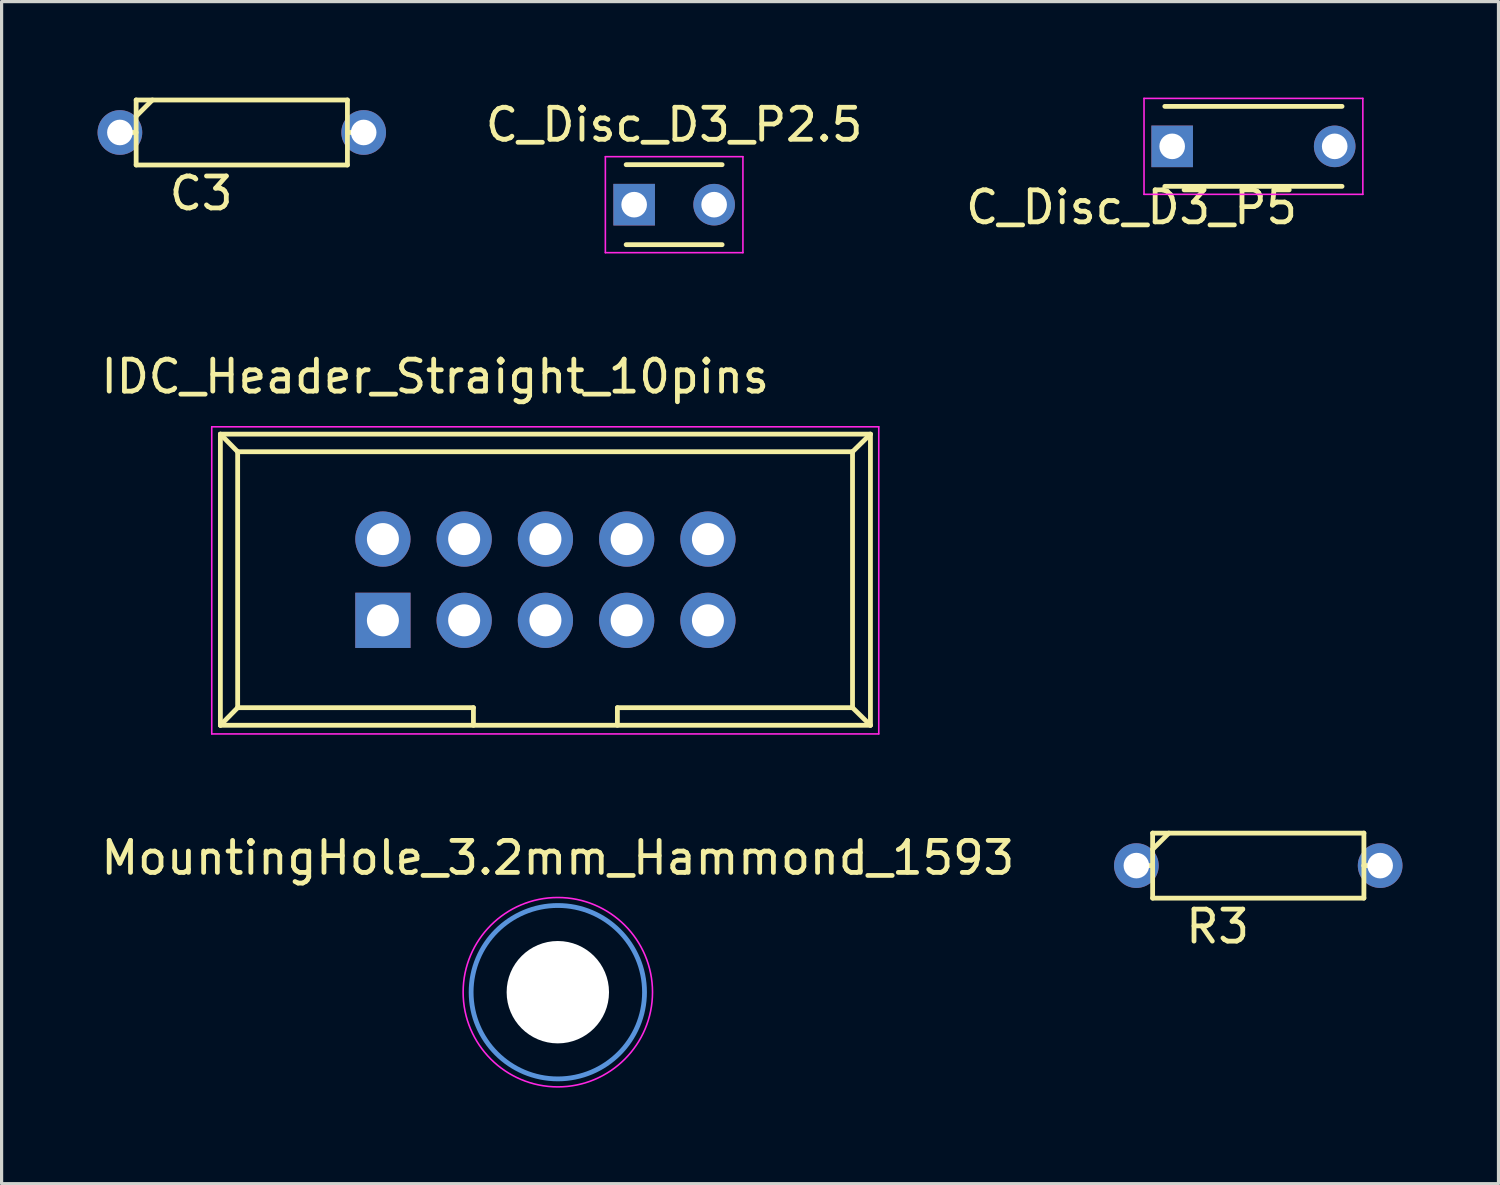
<source format=kicad_pcb>
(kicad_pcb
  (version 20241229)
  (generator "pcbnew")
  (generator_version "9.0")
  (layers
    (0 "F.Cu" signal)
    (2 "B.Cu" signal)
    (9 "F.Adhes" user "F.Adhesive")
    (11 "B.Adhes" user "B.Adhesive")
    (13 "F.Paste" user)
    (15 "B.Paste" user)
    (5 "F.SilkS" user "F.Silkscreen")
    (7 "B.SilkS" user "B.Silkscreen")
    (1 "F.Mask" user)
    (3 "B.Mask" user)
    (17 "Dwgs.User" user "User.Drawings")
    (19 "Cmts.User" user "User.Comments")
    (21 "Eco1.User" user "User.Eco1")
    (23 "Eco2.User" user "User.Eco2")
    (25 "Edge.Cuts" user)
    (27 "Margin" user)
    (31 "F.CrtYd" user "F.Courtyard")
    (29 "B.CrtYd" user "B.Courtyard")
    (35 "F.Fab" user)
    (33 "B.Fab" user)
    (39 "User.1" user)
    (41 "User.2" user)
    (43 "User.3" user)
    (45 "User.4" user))
  (footprint "R3"
    (layer "F.Cu")
    (at 36.282 24.008)
    (property "Reference" "R3" (at -1.27 1.905 0) (layer "F.SilkS") (effects (font (size 1 1) (thickness 0.15))))
    (attr through_hole)
    (fp_line (start -3.81 0) (end -3.302 0) (stroke (width 0.15) (type solid)) (layer "F.SilkS"))
    (fp_line (start -3.302 -1.016) (end -3.302 1.016) (stroke (width 0.15) (type solid)) (layer "F.SilkS"))
    (fp_line (start -3.302 -0.508) (end -2.794 -1.016) (stroke (width 0.15) (type solid)) (layer "F.SilkS"))
    (fp_line (start -3.302 1.016) (end 3.302 1.016) (stroke (width 0.15) (type solid)) (layer "F.SilkS"))
    (fp_line (start 3.302 -1.016) (end -3.302 -1.016) (stroke (width 0.15) (type solid)) (layer "F.SilkS"))
    (fp_line (start 3.302 0) (end 3.302 -1.016) (stroke (width 0.15) (type solid)) (layer "F.SilkS"))
    (fp_line (start 3.302 1.016) (end 3.302 0) (stroke (width 0.15) (type solid)) (layer "F.SilkS"))
    (fp_line (start 3.81 0) (end 3.302 0) (stroke (width 0.15) (type solid)) (layer "F.SilkS"))
    (pad "1" thru_hole circle (at -3.81 0) (size 1.397 1.397) (drill 0.8) (layers "*.Cu" "*.Mask"))
    (pad "2" thru_hole circle (at 3.81 0) (size 1.397 1.397) (drill 0.8) (layers "*.Cu" "*.Mask")))
  (footprint "C_Disc_D3_P2.5"
    (layer "F.Cu")
    (at 16.773 3.348)
    (property "Reference" "C_Disc_D3_P2.5" (at 1.25 -2.5 0) (layer "F.SilkS") (effects (font (size 1 1) (thickness 0.15))))
    (attr through_hole)
    (fp_line (start -0.25 -1.25) (end 2.75 -1.25) (stroke (width 0.15) (type solid)) (layer "F.SilkS"))
    (fp_line (start 2.75 1.25) (end -0.25 1.25) (stroke (width 0.15) (type solid)) (layer "F.SilkS"))
    (fp_line (start -0.9 -1.5) (end 3.4 -1.5) (stroke (width 0.05) (type solid)) (layer "F.CrtYd"))
    (fp_line (start -0.9 1.5) (end -0.9 -1.5) (stroke (width 0.05) (type solid)) (layer "F.CrtYd"))
    (fp_line (start 3.4 -1.5) (end 3.4 1.5) (stroke (width 0.05) (type solid)) (layer "F.CrtYd"))
    (fp_line (start 3.4 1.5) (end -0.9 1.5) (stroke (width 0.05) (type solid)) (layer "F.CrtYd"))
    (pad "1" thru_hole rect (at 0 0) (size 1.3 1.3) (drill 0.8) (layers "*.Cu" "*.Mask"))
    (pad "2" thru_hole circle (at 2.5 0) (size 1.3 1.3) (drill 0.8) (layers "*.Cu" "*.Mask")))
  (footprint "IDC_Header_Straight_10pins"
    (layer "F.Cu")
    (at 8.919 16.341)
    (property "Reference" "IDC_Header_Straight_10pins" (at 1.635 -7.62 0) (layer "F.SilkS") (effects (font (size 1 1) (thickness 0.15))))
    (attr through_hole)
    (fp_line (start -5.08 -5.82) (end -5.08 3.28) (stroke (width 0.15) (type solid)) (layer "F.SilkS"))
    (fp_line (start -5.08 -5.82) (end -4.54 -5.27) (stroke (width 0.15) (type solid)) (layer "F.SilkS"))
    (fp_line (start -5.08 -5.82) (end 15.24 -5.82) (stroke (width 0.15) (type solid)) (layer "F.SilkS"))
    (fp_line (start -5.08 3.28) (end -4.54 2.73) (stroke (width 0.15) (type solid)) (layer "F.SilkS"))
    (fp_line (start -5.08 3.28) (end 15.24 3.28) (stroke (width 0.15) (type solid)) (layer "F.SilkS"))
    (fp_line (start -4.54 -5.27) (end -4.54 2.73) (stroke (width 0.15) (type solid)) (layer "F.SilkS"))
    (fp_line (start -4.54 -5.27) (end 14.68 -5.27) (stroke (width 0.15) (type solid)) (layer "F.SilkS"))
    (fp_line (start -4.54 2.73) (end 2.83 2.73) (stroke (width 0.15) (type solid)) (layer "F.SilkS"))
    (fp_line (start 2.83 2.73) (end 2.83 3.28) (stroke (width 0.15) (type solid)) (layer "F.SilkS"))
    (fp_line (start 7.33 2.73) (end 7.33 3.28) (stroke (width 0.15) (type solid)) (layer "F.SilkS"))
    (fp_line (start 7.33 2.73) (end 14.68 2.73) (stroke (width 0.15) (type solid)) (layer "F.SilkS"))
    (fp_line (start 14.68 -5.27) (end 14.68 2.73) (stroke (width 0.15) (type solid)) (layer "F.SilkS"))
    (fp_line (start 15.24 -5.82) (end 14.68 -5.27) (stroke (width 0.15) (type solid)) (layer "F.SilkS"))
    (fp_line (start 15.24 -5.82) (end 15.24 3.28) (stroke (width 0.15) (type solid)) (layer "F.SilkS"))
    (fp_line (start 15.24 3.28) (end 14.68 2.73) (stroke (width 0.15) (type solid)) (layer "F.SilkS"))
    (fp_line (start -5.35 -6.05) (end 15.5 -6.05) (stroke (width 0.05) (type solid)) (layer "F.CrtYd"))
    (fp_line (start -5.35 3.55) (end -5.35 -6.05) (stroke (width 0.05) (type solid)) (layer "F.CrtYd"))
    (fp_line (start 15.5 -6.05) (end 15.5 3.55) (stroke (width 0.05) (type solid)) (layer "F.CrtYd"))
    (fp_line (start 15.5 3.55) (end -5.35 3.55) (stroke (width 0.05) (type solid)) (layer "F.CrtYd"))
    (pad "1" thru_hole rect (at 0 0) (size 1.727 1.727) (drill 1) (layers "*.Cu" "*.Mask"))
    (pad "2" thru_hole oval (at 0 -2.54) (size 1.727 1.727) (drill 1) (layers "*.Cu" "*.Mask"))
    (pad "3" thru_hole oval (at 2.54 0) (size 1.727 1.727) (drill 1) (layers "*.Cu" "*.Mask"))
    (pad "4" thru_hole oval (at 2.54 -2.54) (size 1.727 1.727) (drill 1) (layers "*.Cu" "*.Mask"))
    (pad "5" thru_hole oval (at 5.08 0) (size 1.727 1.727) (drill 1) (layers "*.Cu" "*.Mask"))
    (pad "6" thru_hole oval (at 5.08 -2.54) (size 1.727 1.727) (drill 1) (layers "*.Cu" "*.Mask"))
    (pad "7" thru_hole oval (at 7.62 0) (size 1.727 1.727) (drill 1) (layers "*.Cu" "*.Mask"))
    (pad "8" thru_hole oval (at 7.62 -2.54) (size 1.727 1.727) (drill 1) (layers "*.Cu" "*.Mask"))
    (pad "9" thru_hole oval (at 10.16 0) (size 1.727 1.727) (drill 1) (layers "*.Cu" "*.Mask"))
    (pad "10" thru_hole oval (at 10.16 -2.54) (size 1.727 1.727) (drill 1) (layers "*.Cu" "*.Mask")))
  (footprint "C3"
    (layer "F.Cu")
    (at 4.508 1.091)
    (property "Reference" "C3" (at -1.27 1.905 0) (layer "F.SilkS") (effects (font (size 1 1) (thickness 0.15))))
    (attr through_hole)
    (fp_line (start -3.81 0) (end -3.302 0) (stroke (width 0.15) (type solid)) (layer "F.SilkS"))
    (fp_line (start -3.302 -1.016) (end -3.302 1.016) (stroke (width 0.15) (type solid)) (layer "F.SilkS"))
    (fp_line (start -3.302 -0.508) (end -2.794 -1.016) (stroke (width 0.15) (type solid)) (layer "F.SilkS"))
    (fp_line (start -3.302 1.016) (end 3.302 1.016) (stroke (width 0.15) (type solid)) (layer "F.SilkS"))
    (fp_line (start 3.302 -1.016) (end -3.302 -1.016) (stroke (width 0.15) (type solid)) (layer "F.SilkS"))
    (fp_line (start 3.302 0) (end 3.302 -1.016) (stroke (width 0.15) (type solid)) (layer "F.SilkS"))
    (fp_line (start 3.302 1.016) (end 3.302 0) (stroke (width 0.15) (type solid)) (layer "F.SilkS"))
    (fp_line (start 3.81 0) (end 3.302 0) (stroke (width 0.15) (type solid)) (layer "F.SilkS"))
    (pad "1" thru_hole circle (at -3.81 0) (size 1.397 1.397) (drill 0.8) (layers "*.Cu" "*.Mask"))
    (pad "2" thru_hole circle (at 3.81 0) (size 1.397 1.397) (drill 0.8) (layers "*.Cu" "*.Mask")))
  (footprint "MountingHole_3.2mm_Hammond_1593"
    (layer "F.Cu")
    (at 14.387 27.965)
    (property "Reference" "MountingHole_3.2mm_Hammond_1593" (at 0 -4.2 0) (layer "F.SilkS") (effects (font (size 1 1) (thickness 0.15))))
    (attr through_hole)
    (fp_circle (center 0 0) (end 2.71 0) (stroke (width 0.15) (type solid)) (fill no) (layer "Cmts.User"))
    (fp_circle (center 0 0) (end 2.96 0) (stroke (width 0.05) (type solid)) (fill no) (layer "F.CrtYd"))
    (pad "" np_thru_hole circle (at 0 0) (size 3.2 3.2) (drill 3.2) (layers "*.Cu" "*.Mask")))
  (footprint "C_Disc_D3_P5"
    (layer "F.Cu")
    (at 36.131 1.525)
    (property "Reference" "C_Disc_D3_P5" (at -3.81 1.905 0) (layer "F.SilkS") (effects (font (size 1 1) (thickness 0.15))))
    (attr through_hole)
    (fp_line (start -2.77 -1.25) (end 2.77 -1.25) (stroke (width 0.15) (type solid)) (layer "F.SilkS"))
    (fp_line (start 2.77 1.25) (end -2.77 1.25) (stroke (width 0.15) (type solid)) (layer "F.SilkS"))
    (fp_line (start -3.42 -1.5) (end 3.42 -1.5) (stroke (width 0.05) (type solid)) (layer "F.CrtYd"))
    (fp_line (start -3.42 1.5) (end -3.42 -1.5) (stroke (width 0.05) (type solid)) (layer "F.CrtYd"))
    (fp_line (start 3.42 -1.5) (end 3.42 1.5) (stroke (width 0.05) (type solid)) (layer "F.CrtYd"))
    (fp_line (start 3.42 1.5) (end -3.42 1.5) (stroke (width 0.05) (type solid)) (layer "F.CrtYd"))
    (pad "1" thru_hole rect (at -2.54 0) (size 1.3 1.3) (drill 0.8) (layers "*.Cu" "*.Mask"))
    (pad "2" thru_hole circle (at 2.54 0) (size 1.3 1.3) (drill 0.8) (layers "*.Cu" "*.Mask")))
  (gr_rect
    (start -3 -3)
    (end 43.791 33.95)
    (stroke (width 0.1) (type default))
    (fill no)
    (layer "Edge.Cuts")))
</source>
